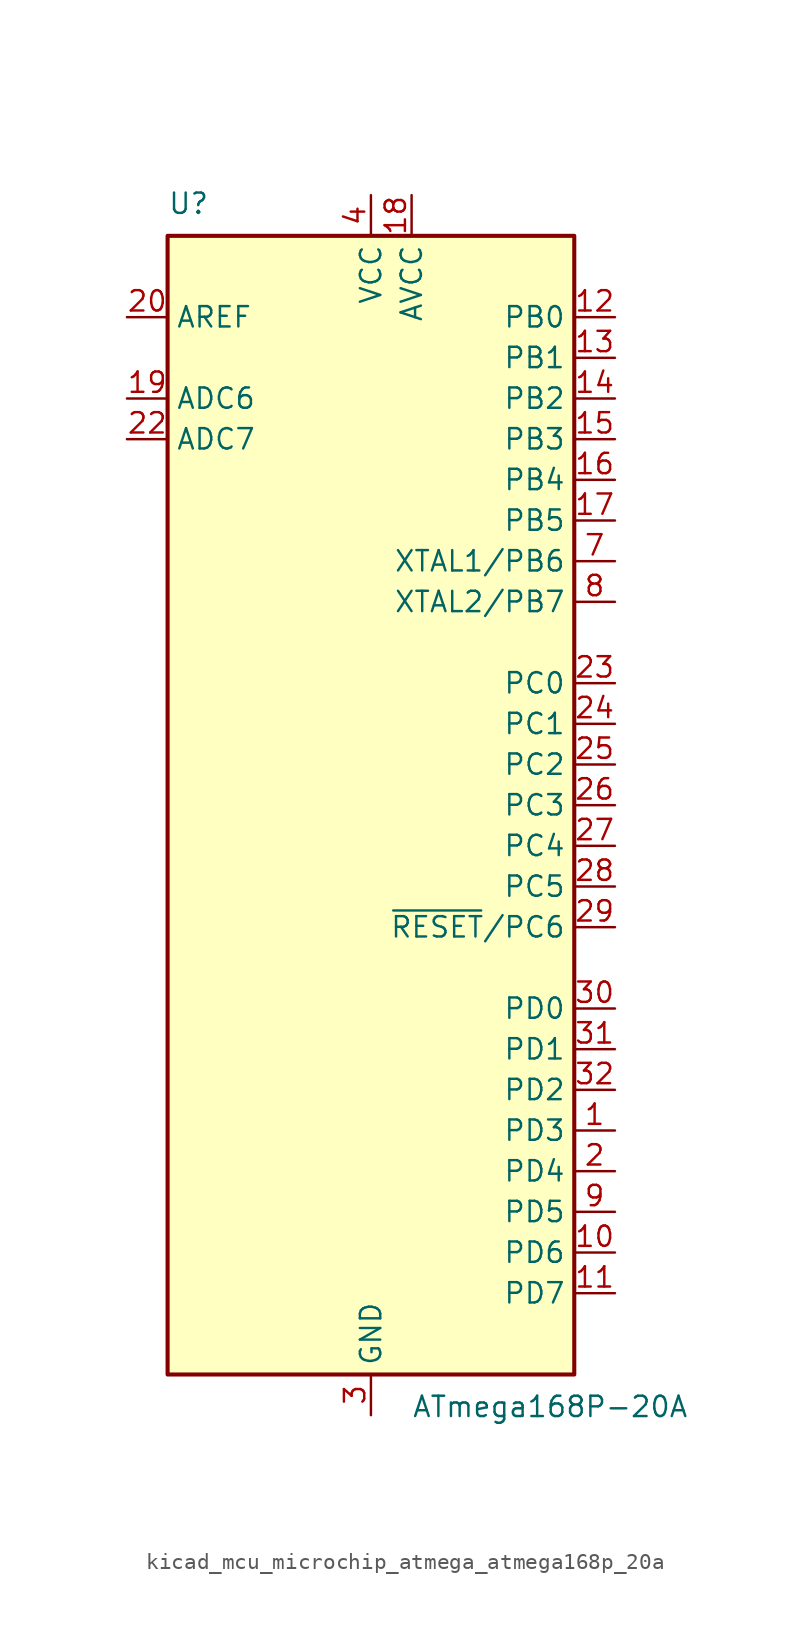
<source format=kicad_sym>
(kicad_symbol_lib
  (version 20220914)
  (generator kicad_symbol_editor)
  (symbol "kicad_mcu_microchip_atmega_atmega168p_20a"
    (property "Reference" "U"
      (at -12.7 36.83 0)
      (effects (font (size 1.27 1.27)) (justify left bottom)))
    (property "Value" "ATmega168P-20A"
      (at 2.54 -36.83 0)
      (effects (font (size 1.27 1.27)) (justify left top)))
    (symbol "kicad_mcu_microchip_atmega_atmega168p_20a_0_1"
      (rectangle (start -12.7 -35.56) (end 12.7 35.56) (stroke (width 0.254) (type default)) (fill (type background))))
    (symbol "kicad_mcu_microchip_atmega_atmega168p_20a_1_1"
      (pin bidirectional line (at 15.24 -20.32 180) (length 2.54) (name "PD3" (effects (font (size 1.27 1.27)))) (number "1" (effects (font (size 1.27 1.27)))))
      (pin bidirectional line (at 15.24 -27.94 180) (length 2.54) (name "PD6" (effects (font (size 1.27 1.27)))) (number "10" (effects (font (size 1.27 1.27)))))
      (pin bidirectional line (at 15.24 -30.48 180) (length 2.54) (name "PD7" (effects (font (size 1.27 1.27)))) (number "11" (effects (font (size 1.27 1.27)))))
      (pin bidirectional line (at 15.24 30.48 180) (length 2.54) (name "PB0" (effects (font (size 1.27 1.27)))) (number "12" (effects (font (size 1.27 1.27)))))
      (pin bidirectional line (at 15.24 27.94 180) (length 2.54) (name "PB1" (effects (font (size 1.27 1.27)))) (number "13" (effects (font (size 1.27 1.27)))))
      (pin bidirectional line (at 15.24 25.4 180) (length 2.54) (name "PB2" (effects (font (size 1.27 1.27)))) (number "14" (effects (font (size 1.27 1.27)))))
      (pin bidirectional line (at 15.24 22.86 180) (length 2.54) (name "PB3" (effects (font (size 1.27 1.27)))) (number "15" (effects (font (size 1.27 1.27)))))
      (pin bidirectional line (at 15.24 20.32 180) (length 2.54) (name "PB4" (effects (font (size 1.27 1.27)))) (number "16" (effects (font (size 1.27 1.27)))))
      (pin bidirectional line (at 15.24 17.78 180) (length 2.54) (name "PB5" (effects (font (size 1.27 1.27)))) (number "17" (effects (font (size 1.27 1.27)))))
      (pin power_in line (at 2.54 38.1 270) (length 2.54) (name "AVCC" (effects (font (size 1.27 1.27)))) (number "18" (effects (font (size 1.27 1.27)))))
      (pin input line (at -15.24 25.4 0) (length 2.54) (name "ADC6" (effects (font (size 1.27 1.27)))) (number "19" (effects (font (size 1.27 1.27)))))
      (pin bidirectional line (at 15.24 -22.86 180) (length 2.54) (name "PD4" (effects (font (size 1.27 1.27)))) (number "2" (effects (font (size 1.27 1.27)))))
      (pin passive line (at -15.24 30.48 0) (length 2.54) (name "AREF" (effects (font (size 1.27 1.27)))) (number "20" (effects (font (size 1.27 1.27)))))
      (pin passive line (at 0 -38.1 90) (length 2.54) hide (name "GND" (effects (font (size 1.27 1.27)))) (number "21" (effects (font (size 1.27 1.27)))))
      (pin input line (at -15.24 22.86 0) (length 2.54) (name "ADC7" (effects (font (size 1.27 1.27)))) (number "22" (effects (font (size 1.27 1.27)))))
      (pin bidirectional line (at 15.24 7.62 180) (length 2.54) (name "PC0" (effects (font (size 1.27 1.27)))) (number "23" (effects (font (size 1.27 1.27)))))
      (pin bidirectional line (at 15.24 5.08 180) (length 2.54) (name "PC1" (effects (font (size 1.27 1.27)))) (number "24" (effects (font (size 1.27 1.27)))))
      (pin bidirectional line (at 15.24 2.54 180) (length 2.54) (name "PC2" (effects (font (size 1.27 1.27)))) (number "25" (effects (font (size 1.27 1.27)))))
      (pin bidirectional line (at 15.24 0 180) (length 2.54) (name "PC3" (effects (font (size 1.27 1.27)))) (number "26" (effects (font (size 1.27 1.27)))))
      (pin bidirectional line (at 15.24 -2.54 180) (length 2.54) (name "PC4" (effects (font (size 1.27 1.27)))) (number "27" (effects (font (size 1.27 1.27)))))
      (pin bidirectional line (at 15.24 -5.08 180) (length 2.54) (name "PC5" (effects (font (size 1.27 1.27)))) (number "28" (effects (font (size 1.27 1.27)))))
      (pin bidirectional line (at 15.24 -7.62 180) (length 2.54) (name "~{RESET}/PC6" (effects (font (size 1.27 1.27)))) (number "29" (effects (font (size 1.27 1.27)))))
      (pin power_in line (at 0 -38.1 90) (length 2.54) (name "GND" (effects (font (size 1.27 1.27)))) (number "3" (effects (font (size 1.27 1.27)))))
      (pin bidirectional line (at 15.24 -12.7 180) (length 2.54) (name "PD0" (effects (font (size 1.27 1.27)))) (number "30" (effects (font (size 1.27 1.27)))))
      (pin bidirectional line (at 15.24 -15.24 180) (length 2.54) (name "PD1" (effects (font (size 1.27 1.27)))) (number "31" (effects (font (size 1.27 1.27)))))
      (pin bidirectional line (at 15.24 -17.78 180) (length 2.54) (name "PD2" (effects (font (size 1.27 1.27)))) (number "32" (effects (font (size 1.27 1.27)))))
      (pin power_in line (at 0 38.1 270) (length 2.54) (name "VCC" (effects (font (size 1.27 1.27)))) (number "4" (effects (font (size 1.27 1.27)))))
      (pin passive line (at 0 -38.1 90) (length 2.54) hide (name "GND" (effects (font (size 1.27 1.27)))) (number "5" (effects (font (size 1.27 1.27)))))
      (pin passive line (at 0 38.1 270) (length 2.54) hide (name "VCC" (effects (font (size 1.27 1.27)))) (number "6" (effects (font (size 1.27 1.27)))))
      (pin bidirectional line (at 15.24 15.24 180) (length 2.54) (name "XTAL1/PB6" (effects (font (size 1.27 1.27)))) (number "7" (effects (font (size 1.27 1.27)))))
      (pin bidirectional line (at 15.24 12.7 180) (length 2.54) (name "XTAL2/PB7" (effects (font (size 1.27 1.27)))) (number "8" (effects (font (size 1.27 1.27)))))
      (pin bidirectional line (at 15.24 -25.4 180) (length 2.54) (name "PD5" (effects (font (size 1.27 1.27)))) (number "9" (effects (font (size 1.27 1.27))))))))
</source>
